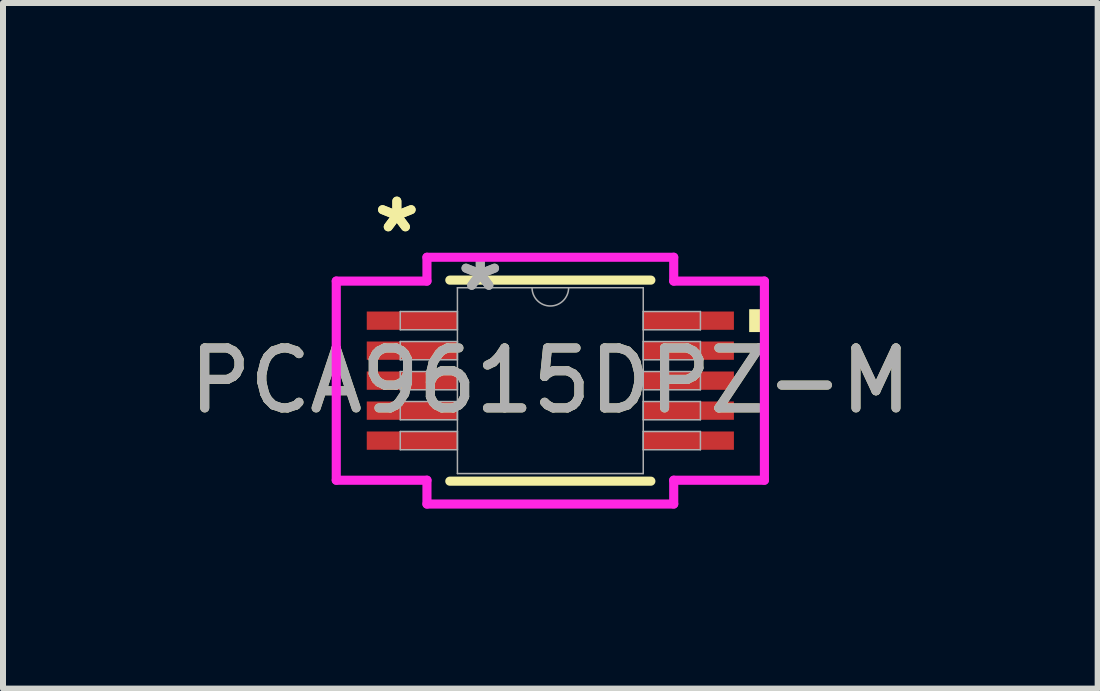
<source format=kicad_pcb>
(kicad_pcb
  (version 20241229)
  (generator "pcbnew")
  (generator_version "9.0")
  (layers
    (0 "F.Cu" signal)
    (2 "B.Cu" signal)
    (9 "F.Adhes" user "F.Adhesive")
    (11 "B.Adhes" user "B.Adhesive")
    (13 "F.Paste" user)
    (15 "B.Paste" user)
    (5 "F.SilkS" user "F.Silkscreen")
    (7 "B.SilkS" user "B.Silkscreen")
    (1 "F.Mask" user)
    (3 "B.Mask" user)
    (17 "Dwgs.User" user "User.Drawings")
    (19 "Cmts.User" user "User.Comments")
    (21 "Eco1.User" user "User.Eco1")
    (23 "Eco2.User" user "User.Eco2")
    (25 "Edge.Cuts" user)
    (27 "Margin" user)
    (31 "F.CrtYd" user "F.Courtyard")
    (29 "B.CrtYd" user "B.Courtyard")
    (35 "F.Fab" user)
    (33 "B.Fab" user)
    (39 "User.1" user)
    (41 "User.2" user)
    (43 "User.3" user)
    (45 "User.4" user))
  (footprint "PCA9615DPZ-M"
    (layer "F.Cu")
    (at 6.125 3.296)
    (property "Reference" "PCA9615DPZ-M" (at 0 0 0) (unlocked yes) (layer "F.SilkS") (effects (font (size 1 1) (thickness 0.15))))
    (attr smd)
    (fp_line (start -1.676 1.676) (end 1.676 1.676) (stroke (width 0.152) (type solid)) (layer "F.SilkS"))
    (fp_line (start 1.676 -1.676) (end -1.676 -1.676) (stroke (width 0.152) (type solid)) (layer "F.SilkS"))
    (fp_poly (pts (xy 3.569 -1.191) (xy 3.569 -0.81) (xy 3.315 -0.81) (xy 3.315 -1.191)) (stroke (width 0) (type solid)) (fill yes) (layer "F.SilkS"))
    (fp_line (start -3.569 -1.66) (end -2.057 -1.66) (stroke (width 0.152) (type solid)) (layer "F.CrtYd"))
    (fp_line (start -3.569 1.66) (end -3.569 -1.66) (stroke (width 0.152) (type solid)) (layer "F.CrtYd"))
    (fp_line (start -3.569 1.66) (end -2.057 1.66) (stroke (width 0.152) (type solid)) (layer "F.CrtYd"))
    (fp_line (start -2.057 -2.057) (end 2.057 -2.057) (stroke (width 0.152) (type solid)) (layer "F.CrtYd"))
    (fp_line (start -2.057 -1.66) (end -2.057 -2.057) (stroke (width 0.152) (type solid)) (layer "F.CrtYd"))
    (fp_line (start -2.057 2.057) (end -2.057 1.66) (stroke (width 0.152) (type solid)) (layer "F.CrtYd"))
    (fp_line (start 2.057 -2.057) (end 2.057 -1.66) (stroke (width 0.152) (type solid)) (layer "F.CrtYd"))
    (fp_line (start 2.057 1.66) (end 2.057 2.057) (stroke (width 0.152) (type solid)) (layer "F.CrtYd"))
    (fp_line (start 2.057 2.057) (end -2.057 2.057) (stroke (width 0.152) (type solid)) (layer "F.CrtYd"))
    (fp_line (start 3.569 -1.66) (end 2.057 -1.66) (stroke (width 0.152) (type solid)) (layer "F.CrtYd"))
    (fp_line (start 3.569 -1.66) (end 3.569 1.66) (stroke (width 0.152) (type solid)) (layer "F.CrtYd"))
    (fp_line (start 3.569 1.66) (end 2.057 1.66) (stroke (width 0.152) (type solid)) (layer "F.CrtYd"))
    (fp_line (start -2.502 -1.152) (end -2.502 -0.848) (stroke (width 0.025) (type solid)) (layer "F.Fab"))
    (fp_line (start -2.502 -0.848) (end -1.549 -0.848) (stroke (width 0.025) (type solid)) (layer "F.Fab"))
    (fp_line (start -2.502 -0.652) (end -2.502 -0.348) (stroke (width 0.025) (type solid)) (layer "F.Fab"))
    (fp_line (start -2.502 -0.348) (end -1.549 -0.348) (stroke (width 0.025) (type solid)) (layer "F.Fab"))
    (fp_line (start -2.502 -0.152) (end -2.502 0.152) (stroke (width 0.025) (type solid)) (layer "F.Fab"))
    (fp_line (start -2.502 0.152) (end -1.549 0.152) (stroke (width 0.025) (type solid)) (layer "F.Fab"))
    (fp_line (start -2.502 0.348) (end -2.502 0.652) (stroke (width 0.025) (type solid)) (layer "F.Fab"))
    (fp_line (start -2.502 0.652) (end -1.549 0.652) (stroke (width 0.025) (type solid)) (layer "F.Fab"))
    (fp_line (start -2.502 0.848) (end -2.502 1.152) (stroke (width 0.025) (type solid)) (layer "F.Fab"))
    (fp_line (start -2.502 1.152) (end -1.549 1.152) (stroke (width 0.025) (type solid)) (layer "F.Fab"))
    (fp_line (start -1.549 -1.549) (end -1.549 1.549) (stroke (width 0.025) (type solid)) (layer "F.Fab"))
    (fp_line (start -1.549 -1.152) (end -2.502 -1.152) (stroke (width 0.025) (type solid)) (layer "F.Fab"))
    (fp_line (start -1.549 -0.848) (end -1.549 -1.152) (stroke (width 0.025) (type solid)) (layer "F.Fab"))
    (fp_line (start -1.549 -0.652) (end -2.502 -0.652) (stroke (width 0.025) (type solid)) (layer "F.Fab"))
    (fp_line (start -1.549 -0.348) (end -1.549 -0.652) (stroke (width 0.025) (type solid)) (layer "F.Fab"))
    (fp_line (start -1.549 -0.152) (end -2.502 -0.152) (stroke (width 0.025) (type solid)) (layer "F.Fab"))
    (fp_line (start -1.549 0.152) (end -1.549 -0.152) (stroke (width 0.025) (type solid)) (layer "F.Fab"))
    (fp_line (start -1.549 0.348) (end -2.502 0.348) (stroke (width 0.025) (type solid)) (layer "F.Fab"))
    (fp_line (start -1.549 0.652) (end -1.549 0.348) (stroke (width 0.025) (type solid)) (layer "F.Fab"))
    (fp_line (start -1.549 0.848) (end -2.502 0.848) (stroke (width 0.025) (type solid)) (layer "F.Fab"))
    (fp_line (start -1.549 1.152) (end -1.549 0.848) (stroke (width 0.025) (type solid)) (layer "F.Fab"))
    (fp_line (start -1.549 1.549) (end 1.549 1.549) (stroke (width 0.025) (type solid)) (layer "F.Fab"))
    (fp_line (start 1.549 -1.549) (end -1.549 -1.549) (stroke (width 0.025) (type solid)) (layer "F.Fab"))
    (fp_line (start 1.549 -1.152) (end 1.549 -0.848) (stroke (width 0.025) (type solid)) (layer "F.Fab"))
    (fp_line (start 1.549 -0.848) (end 2.502 -0.848) (stroke (width 0.025) (type solid)) (layer "F.Fab"))
    (fp_line (start 1.549 -0.652) (end 1.549 -0.348) (stroke (width 0.025) (type solid)) (layer "F.Fab"))
    (fp_line (start 1.549 -0.348) (end 2.502 -0.348) (stroke (width 0.025) (type solid)) (layer "F.Fab"))
    (fp_line (start 1.549 -0.152) (end 1.549 0.152) (stroke (width 0.025) (type solid)) (layer "F.Fab"))
    (fp_line (start 1.549 0.152) (end 2.502 0.152) (stroke (width 0.025) (type solid)) (layer "F.Fab"))
    (fp_line (start 1.549 0.348) (end 1.549 0.652) (stroke (width 0.025) (type solid)) (layer "F.Fab"))
    (fp_line (start 1.549 0.652) (end 2.502 0.652) (stroke (width 0.025) (type solid)) (layer "F.Fab"))
    (fp_line (start 1.549 0.848) (end 1.549 1.152) (stroke (width 0.025) (type solid)) (layer "F.Fab"))
    (fp_line (start 1.549 1.152) (end 2.502 1.152) (stroke (width 0.025) (type solid)) (layer "F.Fab"))
    (fp_line (start 1.549 1.549) (end 1.549 -1.549) (stroke (width 0.025) (type solid)) (layer "F.Fab"))
    (fp_line (start 2.502 -1.152) (end 1.549 -1.152) (stroke (width 0.025) (type solid)) (layer "F.Fab"))
    (fp_line (start 2.502 -0.848) (end 2.502 -1.152) (stroke (width 0.025) (type solid)) (layer "F.Fab"))
    (fp_line (start 2.502 -0.652) (end 1.549 -0.652) (stroke (width 0.025) (type solid)) (layer "F.Fab"))
    (fp_line (start 2.502 -0.348) (end 2.502 -0.652) (stroke (width 0.025) (type solid)) (layer "F.Fab"))
    (fp_line (start 2.502 -0.152) (end 1.549 -0.152) (stroke (width 0.025) (type solid)) (layer "F.Fab"))
    (fp_line (start 2.502 0.152) (end 2.502 -0.152) (stroke (width 0.025) (type solid)) (layer "F.Fab"))
    (fp_line (start 2.502 0.348) (end 1.549 0.348) (stroke (width 0.025) (type solid)) (layer "F.Fab"))
    (fp_line (start 2.502 0.652) (end 2.502 0.348) (stroke (width 0.025) (type solid)) (layer "F.Fab"))
    (fp_line (start 2.502 0.848) (end 1.549 0.848) (stroke (width 0.025) (type solid)) (layer "F.Fab"))
    (fp_line (start 2.502 1.152) (end 2.502 0.848) (stroke (width 0.025) (type solid)) (layer "F.Fab"))
    (fp_arc (start 0.3048 -1.5494) (mid 0 -1.2446) (end -0.3048 -1.5494) (stroke (width 0.0254) (type solid)) (layer "F.Fab"))
    (fp_text user "*" (at -2.559 -2.448 0) (layer "F.SilkS") (effects (font (size 1 1) (thickness 0.15))))
    (fp_text user "*" (at -2.559 -2.448 0) (unlocked yes) (layer "F.SilkS") (effects (font (size 1 1) (thickness 0.15))))
    (fp_text user "*" (at -1.168 -1.473 0) (unlocked yes) (layer "F.Fab") (effects (font (size 1 1) (thickness 0.15))))
    (fp_text user "*" (at -1.168 -1.473 0) (layer "F.Fab") (effects (font (size 1 1) (thickness 0.15))))
    (fp_text user "${REFERENCE}" (at 0 0 0) (unlocked yes) (layer "F.Fab") (effects (font (size 1 1) (thickness 0.15))))
    (pad "1" smd rect (at -2.305 -1) (size 1.511 0.305) (layers "F.Cu" "F.Mask" "F.Paste"))
    (pad "2" smd rect (at -2.305 -0.5) (size 1.511 0.305) (layers "F.Cu" "F.Mask" "F.Paste"))
    (pad "3" smd rect (at -2.305 0) (size 1.511 0.305) (layers "F.Cu" "F.Mask" "F.Paste"))
    (pad "4" smd rect (at -2.305 0.5) (size 1.511 0.305) (layers "F.Cu" "F.Mask" "F.Paste"))
    (pad "5" smd rect (at -2.305 1) (size 1.511 0.305) (layers "F.Cu" "F.Mask" "F.Paste"))
    (pad "6" smd rect (at 2.305 1) (size 1.511 0.305) (layers "F.Cu" "F.Mask" "F.Paste"))
    (pad "7" smd rect (at 2.305 0.5) (size 1.511 0.305) (layers "F.Cu" "F.Mask" "F.Paste"))
    (pad "8" smd rect (at 2.305 0) (size 1.511 0.305) (layers "F.Cu" "F.Mask" "F.Paste"))
    (pad "9" smd rect (at 2.305 -0.5) (size 1.511 0.305) (layers "F.Cu" "F.Mask" "F.Paste"))
    (pad "10" smd rect (at 2.305 -1) (size 1.511 0.305) (layers "F.Cu" "F.Mask" "F.Paste")))
  (gr_rect
    (start -3 -3)
    (end 15.25 8.43)
    (stroke (width 0.1) (type default))
    (fill no)
    (layer "Edge.Cuts")))
</source>
